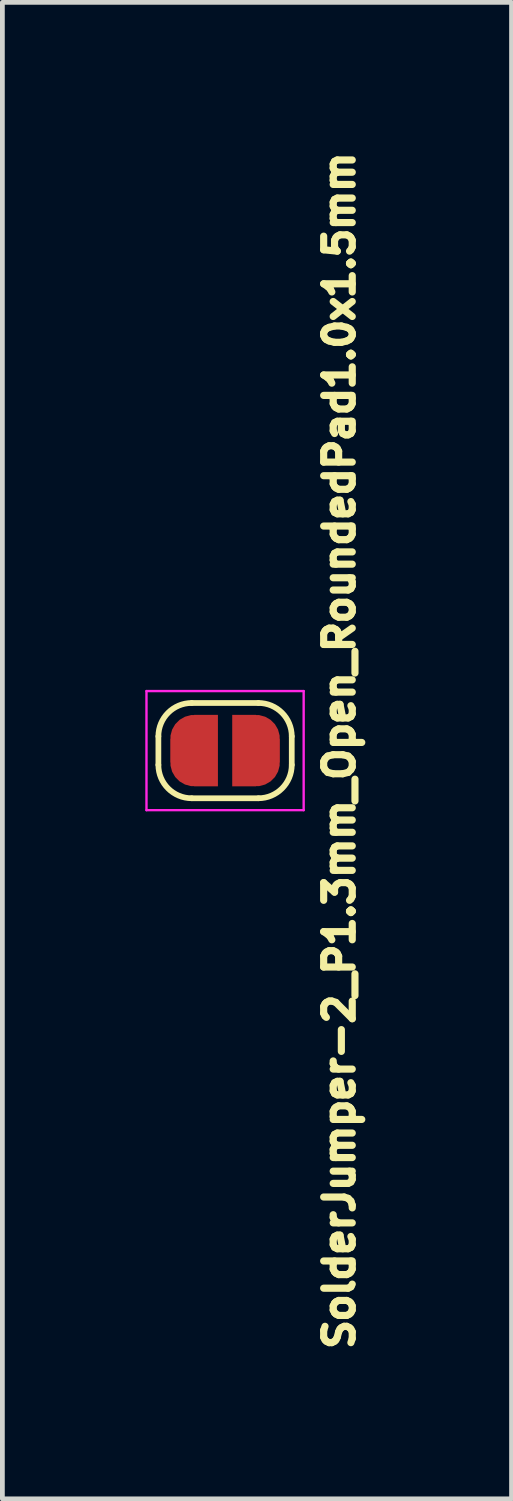
<source format=kicad_pcb>
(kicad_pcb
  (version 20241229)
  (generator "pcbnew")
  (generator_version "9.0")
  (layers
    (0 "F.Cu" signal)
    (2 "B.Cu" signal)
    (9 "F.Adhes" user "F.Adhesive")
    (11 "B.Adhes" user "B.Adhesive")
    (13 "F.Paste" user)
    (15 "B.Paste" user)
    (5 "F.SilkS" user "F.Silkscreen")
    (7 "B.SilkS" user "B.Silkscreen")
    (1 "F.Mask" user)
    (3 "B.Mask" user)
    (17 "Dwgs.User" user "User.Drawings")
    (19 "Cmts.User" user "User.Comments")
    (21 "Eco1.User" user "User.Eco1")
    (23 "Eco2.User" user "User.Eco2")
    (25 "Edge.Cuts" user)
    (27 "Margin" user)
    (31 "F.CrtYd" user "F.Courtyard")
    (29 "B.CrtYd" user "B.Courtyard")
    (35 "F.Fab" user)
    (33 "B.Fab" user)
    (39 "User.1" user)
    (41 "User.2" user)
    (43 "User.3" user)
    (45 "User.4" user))
  (footprint "SolderJumper-2_P1.3mm_Open_RoundedPad1.0x1.5mm"
    (layer "F.Cu")
    (at 1.675 12.708)
    (property "Reference" "SolderJumper-2_P1.3mm_Open_RoundedPad1.0x1.5mm" (at 2.4 0 270) (layer "F.SilkS") (effects (font (size 0.6 0.6) (thickness 0.15))))
    (attr exclude_from_pos_files exclude_from_bom)
    (fp_line (start -1.4 0.3) (end -1.4 -0.3) (stroke (width 0.12) (type solid)) (layer "F.SilkS"))
    (fp_line (start -0.7 -1) (end 0.7 -1) (stroke (width 0.12) (type solid)) (layer "F.SilkS"))
    (fp_line (start 0.7 1) (end -0.7 1) (stroke (width 0.12) (type solid)) (layer "F.SilkS"))
    (fp_line (start 1.4 -0.3) (end 1.4 0.3) (stroke (width 0.12) (type solid)) (layer "F.SilkS"))
    (fp_arc (start -1.4 -0.3) (mid -1.194975 -0.794975) (end -0.7 -1) (stroke (width 0.12) (type solid)) (layer "F.SilkS"))
    (fp_arc (start -0.7 1) (mid -1.194975 0.794975) (end -1.4 0.3) (stroke (width 0.12) (type solid)) (layer "F.SilkS"))
    (fp_arc (start 0.7 -1) (mid 1.194975 -0.794975) (end 1.4 -0.3) (stroke (width 0.12) (type solid)) (layer "F.SilkS"))
    (fp_arc (start 1.4 0.3) (mid 1.194975 0.794975) (end 0.7 1) (stroke (width 0.12) (type solid)) (layer "F.SilkS"))
    (fp_line (start -1.65 -1.25) (end -1.65 1.25) (stroke (width 0.05) (type solid)) (layer "F.CrtYd"))
    (fp_line (start -1.65 -1.25) (end 1.65 -1.25) (stroke (width 0.05) (type solid)) (layer "F.CrtYd"))
    (fp_line (start 1.65 1.25) (end -1.65 1.25) (stroke (width 0.05) (type solid)) (layer "F.CrtYd"))
    (fp_line (start 1.65 1.25) (end 1.65 -1.25) (stroke (width 0.05) (type solid)) (layer "F.CrtYd"))
    (pad "1" smd custom (at -0.65 0) (size 1 0.5) (layers "F.Cu" "F.Mask") (options (anchor rect)) (primitives (gr_circle (center 0 0.25) (end 0.5 0.25) (width 0) (fill yes)) (gr_circle (center 0 -0.25) (end 0.5 -0.25) (width 0) (fill yes)) (gr_poly (pts (xy 0.5 0.75) (xy 0 0.75) (xy 0 -0.75) (xy 0.5 -0.75)) (width 0) (fill yes))))
    (pad "2" smd custom (at 0.65 0) (size 1 0.5) (layers "F.Cu" "F.Mask") (options (anchor rect)) (primitives (gr_circle (center 0 0.25) (end 0.5 0.25) (width 0) (fill yes)) (gr_circle (center 0 -0.25) (end 0.5 -0.25) (width 0) (fill yes)) (gr_poly (pts (xy 0 0.75) (xy -0.5 0.75) (xy -0.5 -0.75) (xy 0 -0.75)) (width 0) (fill yes)))))
  (gr_rect
    (start -3 -3)
    (end 7.689 28.416)
    (stroke (width 0.1) (type default))
    (fill no)
    (layer "Edge.Cuts")))
</source>
